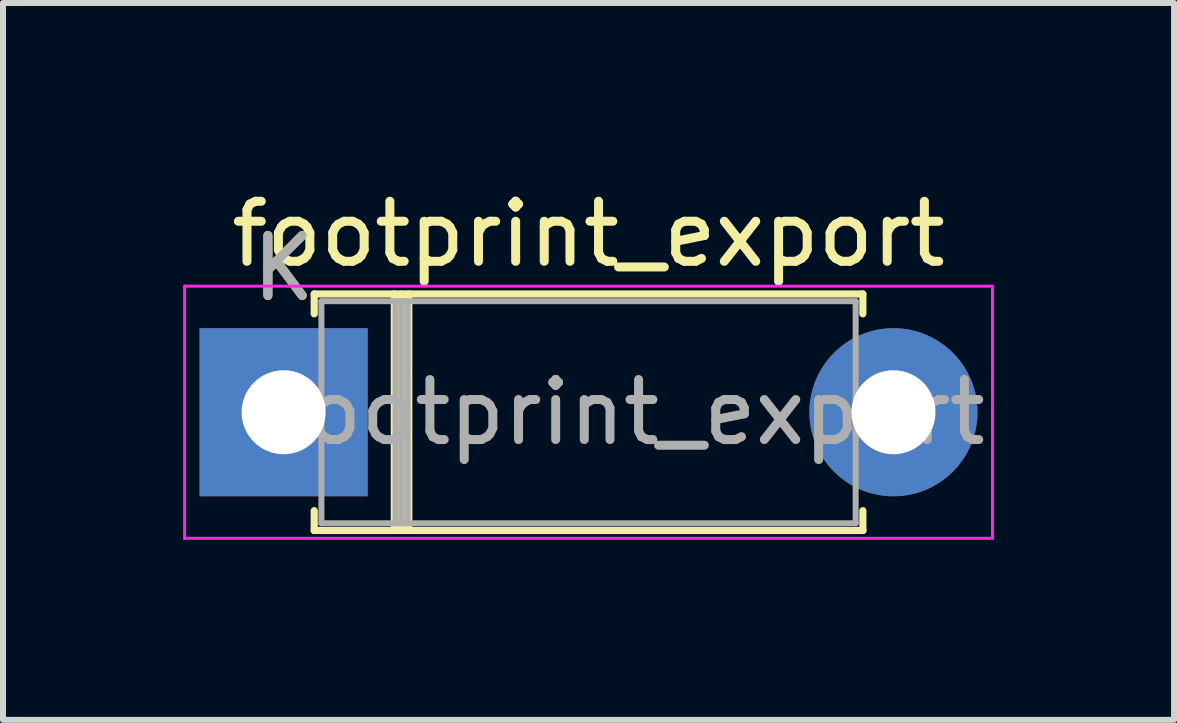
<source format=kicad_pcb>
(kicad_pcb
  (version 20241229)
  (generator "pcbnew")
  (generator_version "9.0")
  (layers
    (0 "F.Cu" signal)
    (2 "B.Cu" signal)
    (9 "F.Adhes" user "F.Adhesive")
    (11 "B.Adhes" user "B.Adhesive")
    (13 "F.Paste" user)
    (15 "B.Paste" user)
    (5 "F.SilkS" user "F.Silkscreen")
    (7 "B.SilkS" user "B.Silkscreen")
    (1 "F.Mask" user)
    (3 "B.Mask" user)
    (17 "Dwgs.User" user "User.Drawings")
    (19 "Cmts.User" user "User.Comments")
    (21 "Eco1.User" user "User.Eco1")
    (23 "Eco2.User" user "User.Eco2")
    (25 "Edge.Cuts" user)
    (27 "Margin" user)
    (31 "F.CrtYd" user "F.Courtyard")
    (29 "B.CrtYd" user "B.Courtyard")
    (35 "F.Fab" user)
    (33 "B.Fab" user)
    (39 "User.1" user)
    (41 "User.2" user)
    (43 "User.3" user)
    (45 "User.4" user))
  (footprint "footprint_export"
    (layer "F.Cu")
    (at 1.675 3.818)
    (property "Reference" "footprint_export" (at 5.08 -2.97 0) (layer "F.SilkS") (effects (font (size 1 1) (thickness 0.15))))
    (attr through_hole)
    (fp_line (start 0.51 -1.97) (end 9.65 -1.97) (stroke (width 0.12) (type solid)) (layer "F.SilkS"))
    (fp_line (start 0.51 -1.64) (end 0.51 -1.97) (stroke (width 0.12) (type solid)) (layer "F.SilkS"))
    (fp_line (start 0.51 1.64) (end 0.51 1.97) (stroke (width 0.12) (type solid)) (layer "F.SilkS"))
    (fp_line (start 0.51 1.97) (end 9.65 1.97) (stroke (width 0.12) (type solid)) (layer "F.SilkS"))
    (fp_line (start 1.845 -1.97) (end 1.845 1.97) (stroke (width 0.12) (type solid)) (layer "F.SilkS"))
    (fp_line (start 1.965 -1.97) (end 1.965 1.97) (stroke (width 0.12) (type solid)) (layer "F.SilkS"))
    (fp_line (start 2.085 -1.97) (end 2.085 1.97) (stroke (width 0.12) (type solid)) (layer "F.SilkS"))
    (fp_line (start 9.65 -1.97) (end 9.65 -1.64) (stroke (width 0.12) (type solid)) (layer "F.SilkS"))
    (fp_line (start 9.65 1.97) (end 9.65 1.64) (stroke (width 0.12) (type solid)) (layer "F.SilkS"))
    (fp_line (start -1.65 -2.1) (end -1.65 2.1) (stroke (width 0.05) (type solid)) (layer "F.CrtYd"))
    (fp_line (start -1.65 2.1) (end 11.81 2.1) (stroke (width 0.05) (type solid)) (layer "F.CrtYd"))
    (fp_line (start 11.81 -2.1) (end -1.65 -2.1) (stroke (width 0.05) (type solid)) (layer "F.CrtYd"))
    (fp_line (start 11.81 2.1) (end 11.81 -2.1) (stroke (width 0.05) (type solid)) (layer "F.CrtYd"))
    (fp_line (start 0 0) (end 0.63 0) (stroke (width 0.1) (type solid)) (layer "F.Fab"))
    (fp_line (start 0.63 -1.85) (end 0.63 1.85) (stroke (width 0.1) (type solid)) (layer "F.Fab"))
    (fp_line (start 0.63 1.85) (end 9.53 1.85) (stroke (width 0.1) (type solid)) (layer "F.Fab"))
    (fp_line (start 1.865 -1.85) (end 1.865 1.85) (stroke (width 0.1) (type solid)) (layer "F.Fab"))
    (fp_line (start 1.965 -1.85) (end 1.965 1.85) (stroke (width 0.1) (type solid)) (layer "F.Fab"))
    (fp_line (start 2.065 -1.85) (end 2.065 1.85) (stroke (width 0.1) (type solid)) (layer "F.Fab"))
    (fp_line (start 9.53 -1.85) (end 0.63 -1.85) (stroke (width 0.1) (type solid)) (layer "F.Fab"))
    (fp_line (start 9.53 1.85) (end 9.53 -1.85) (stroke (width 0.1) (type solid)) (layer "F.Fab"))
    (fp_line (start 10.16 0) (end 9.53 0) (stroke (width 0.1) (type solid)) (layer "F.Fab"))
    (fp_text user "K" (at 0 -2.4 0) (layer "F.SilkS") (effects (font (size 1 1) (thickness 0.15))))
    (fp_text user "${REFERENCE}" (at 5.747 0 0) (layer "F.Fab") (effects (font (size 1 1) (thickness 0.15))))
    (fp_text user "K" (at 0 -2.4 0) (layer "F.Fab") (effects (font (size 1 1) (thickness 0.15))))
    (pad "1" thru_hole rect (at 0 0) (size 2.8 2.8) (drill 1.4) (layers "*.Cu" "*.Mask"))
    (pad "2" thru_hole oval (at 10.16 0) (size 2.8 2.8) (drill 1.4) (layers "*.Cu" "*.Mask")))
  (gr_rect
    (start -3 -3)
    (end 16.51 8.943)
    (stroke (width 0.1) (type default))
    (fill no)
    (layer "Edge.Cuts")))
</source>
